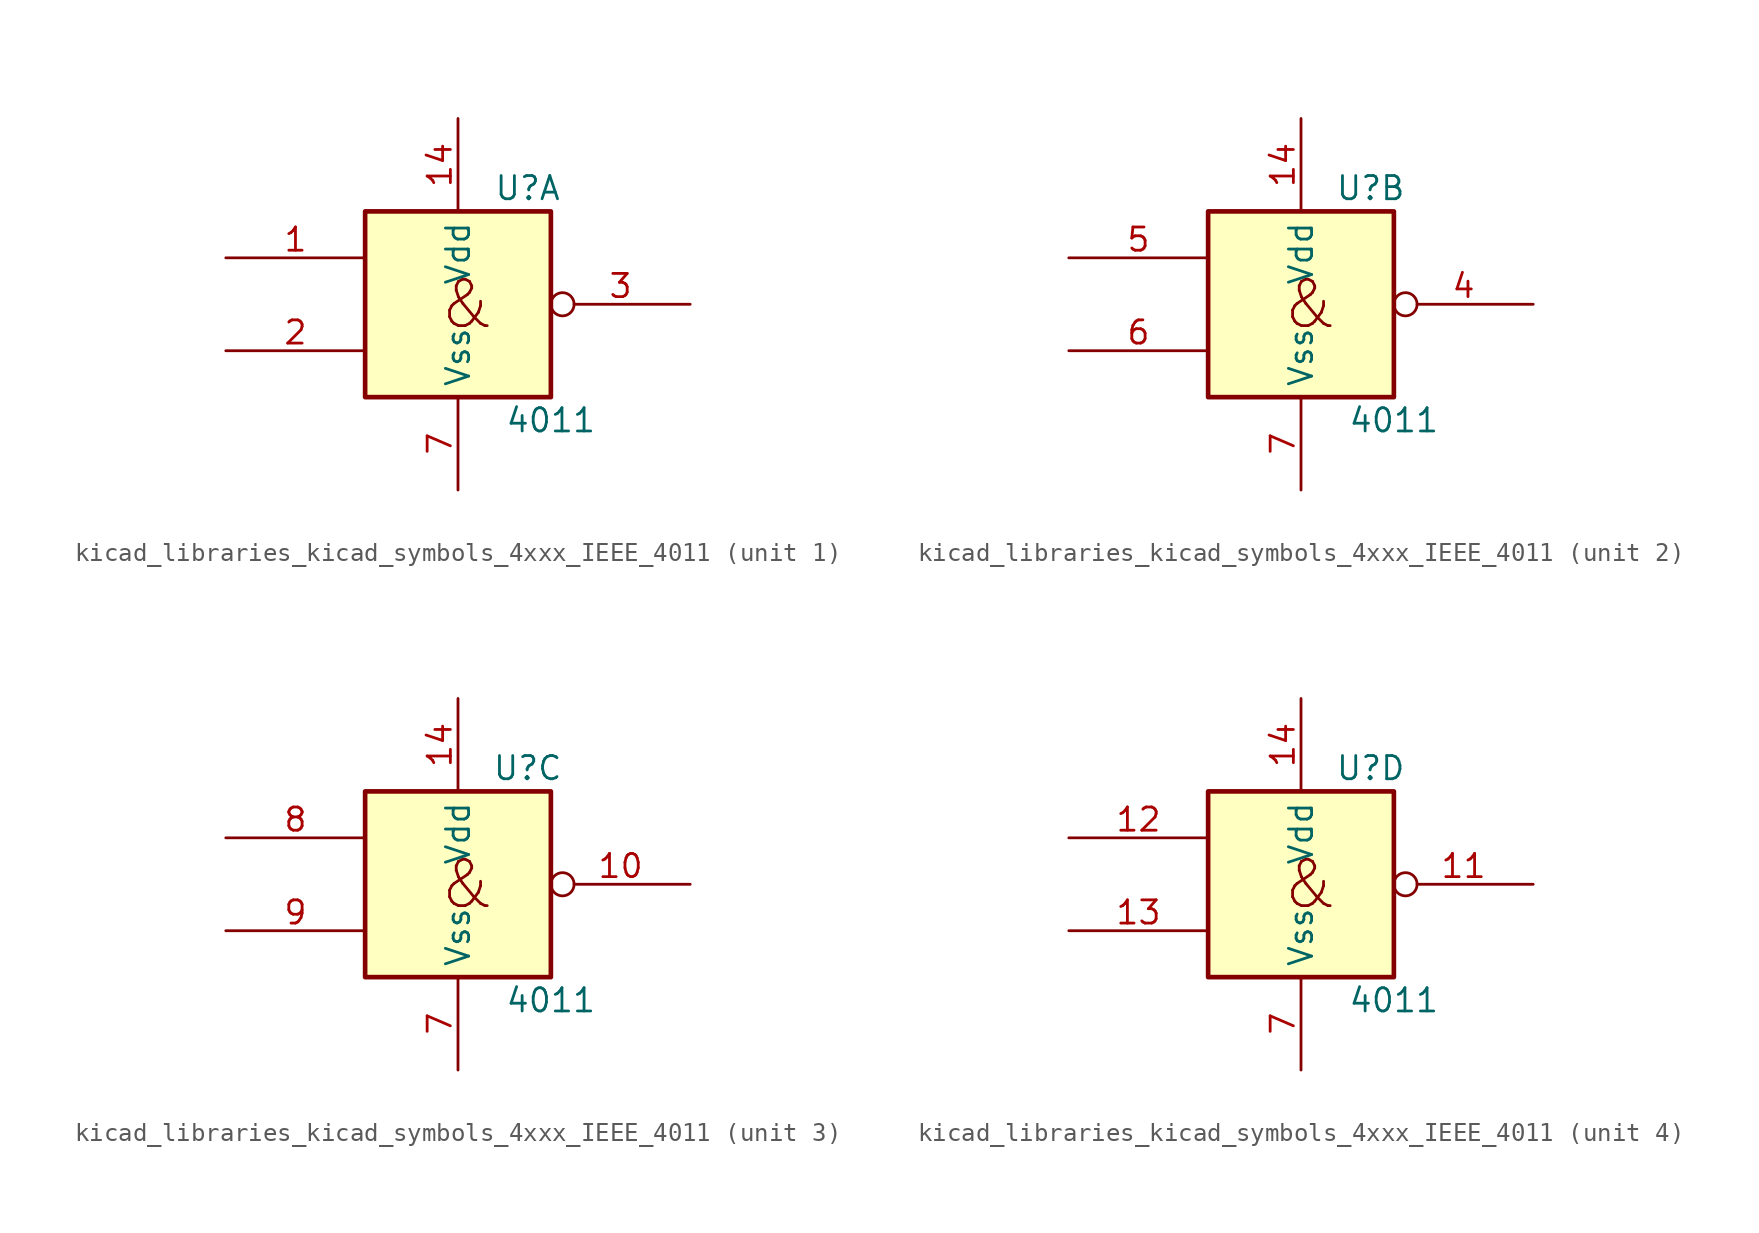
<source format=kicad_sym>
(kicad_symbol_lib
  (version 20220914)
  (generator kicad_symbol_editor)
  (symbol "kicad_libraries_kicad_symbols_4xxx_IEEE_4011"
    (property "Reference" "U"
      (at 3.81 6.35 0)
      (effects (font (size 1.27 1.27))))
    (property "Value" "4011"
      (at 5.08 -6.35 0)
      (effects (font (size 1.27 1.27))))
    (symbol "kicad_libraries_kicad_symbols_4xxx_IEEE_4011_0_0"
      (rectangle (start -5.08 5.08) (end 5.08 -5.08) (stroke (width 0.254) (type default)) (fill (type background)))
      (text "&" (at 0.508 0 0) (effects (font (size 2.54 2.54)))))
    (symbol "kicad_libraries_kicad_symbols_4xxx_IEEE_4011_0_1"
      (pin power_in line (at 0 10.16 270) (length 5.08) (name "Vdd" (effects (font (size 1.27 1.27)))) (number "14" (effects (font (size 1.27 1.27)))))
      (pin power_in line (at 0 -10.16 90) (length 5.08) (name "Vss" (effects (font (size 1.27 1.27)))) (number "7" (effects (font (size 1.27 1.27))))))
    (symbol "kicad_libraries_kicad_symbols_4xxx_IEEE_4011_1_1"
      (pin input line (at -12.7 2.54 0) (length 7.62) (name "~" (effects (font (size 1.27 1.27)))) (number "1" (effects (font (size 1.27 1.27)))))
      (pin input line (at -12.7 -2.54 0) (length 7.62) (name "~" (effects (font (size 1.27 1.27)))) (number "2" (effects (font (size 1.27 1.27)))))
      (pin output inverted (at 12.7 0 180) (length 7.62) (name "~" (effects (font (size 1.27 1.27)))) (number "3" (effects (font (size 1.27 1.27))))))
    (symbol "kicad_libraries_kicad_symbols_4xxx_IEEE_4011_2_1"
      (pin output inverted (at 12.7 0 180) (length 7.62) (name "~" (effects (font (size 1.27 1.27)))) (number "4" (effects (font (size 1.27 1.27)))))
      (pin input line (at -12.7 2.54 0) (length 7.62) (name "~" (effects (font (size 1.27 1.27)))) (number "5" (effects (font (size 1.27 1.27)))))
      (pin input line (at -12.7 -2.54 0) (length 7.62) (name "~" (effects (font (size 1.27 1.27)))) (number "6" (effects (font (size 1.27 1.27))))))
    (symbol "kicad_libraries_kicad_symbols_4xxx_IEEE_4011_3_1"
      (pin output inverted (at 12.7 0 180) (length 7.62) (name "~" (effects (font (size 1.27 1.27)))) (number "10" (effects (font (size 1.27 1.27)))))
      (pin input line (at -12.7 2.54 0) (length 7.62) (name "~" (effects (font (size 1.27 1.27)))) (number "8" (effects (font (size 1.27 1.27)))))
      (pin input line (at -12.7 -2.54 0) (length 7.62) (name "~" (effects (font (size 1.27 1.27)))) (number "9" (effects (font (size 1.27 1.27))))))
    (symbol "kicad_libraries_kicad_symbols_4xxx_IEEE_4011_4_1"
      (pin output inverted (at 12.7 0 180) (length 7.62) (name "~" (effects (font (size 1.27 1.27)))) (number "11" (effects (font (size 1.27 1.27)))))
      (pin input line (at -12.7 2.54 0) (length 7.62) (name "~" (effects (font (size 1.27 1.27)))) (number "12" (effects (font (size 1.27 1.27)))))
      (pin input line (at -12.7 -2.54 0) (length 7.62) (name "~" (effects (font (size 1.27 1.27)))) (number "13" (effects (font (size 1.27 1.27))))))))
</source>
